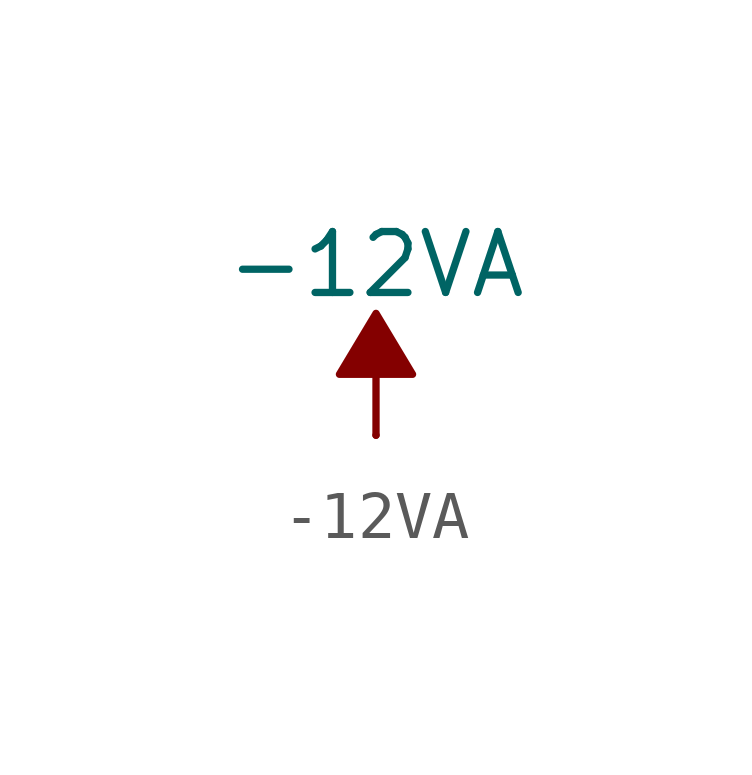
<source format=kicad_sym>
(kicad_symbol_lib
  (version 20231120)
  (generator "kicad_symbol_editor")
  (generator_version "8.0")
  (symbol "-12VA"
    (power)
    (pin_numbers hide)
    (pin_names
      (offset 0) hide)
    (property "Reference" "#PWR"
      (at 0 -3.81 0)
      (effects (font (size 1.27 1.27)) (hide yes)))
    (property "Value" "-12VA"
      (at 0 3.556 0)
      (effects (font (size 1.27 1.27))))
    (symbol "-12VA_0_0"
      (pin power_in line (at 0 0 90) (length 0) (name "~" (effects (font (size 1.27 1.27)))) (number "1" (effects (font (size 1.27 1.27))))))
    (symbol "-12VA_0_1"
      (polyline (pts (xy 0 0) (xy 0 1.27) (xy 0.762 1.27) (xy 0 2.54) (xy -0.762 1.27) (xy 0 1.27)) (stroke (width 0) (type default)) (fill (type outline))))))
</source>
